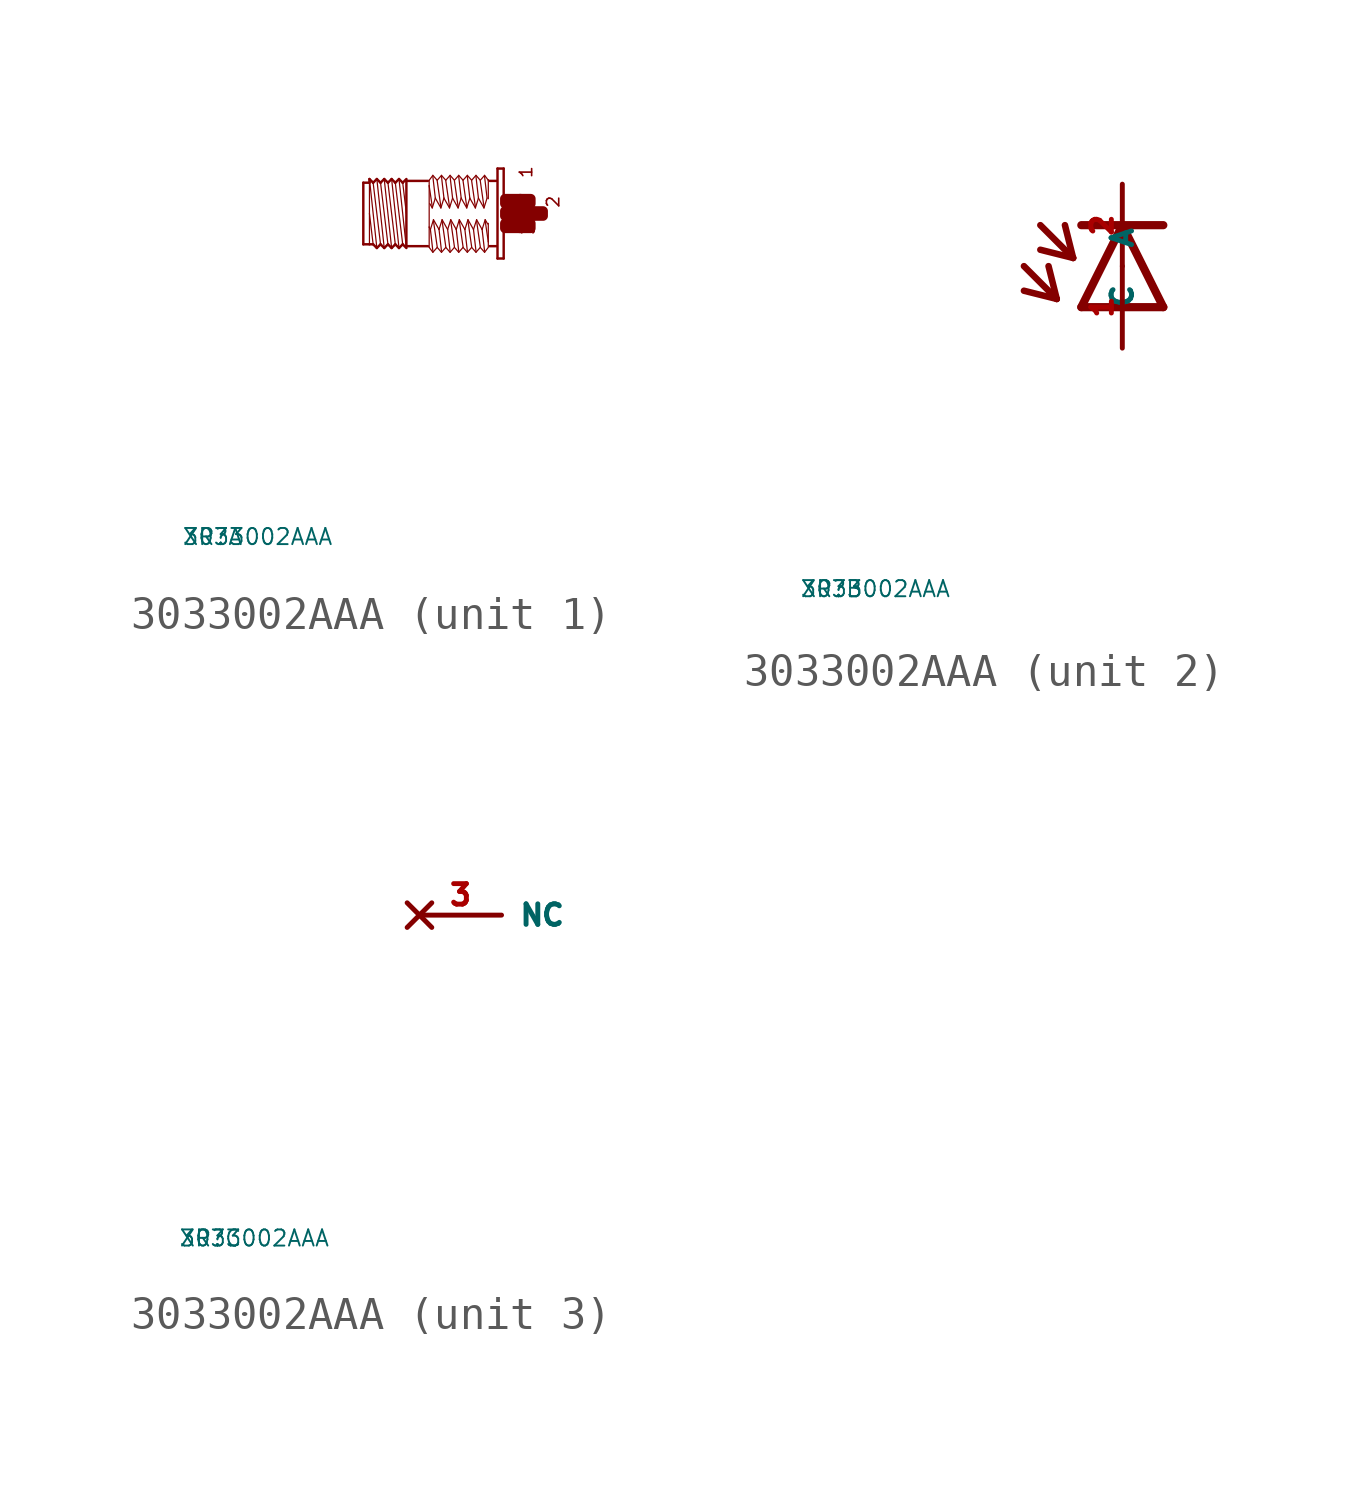
<source format=kicad_sym>
(kicad_symbol_lib
  (version 20220914)
  (generator Eagle2Kicad)
  (symbol "3033002AAA"
    (property "Reference" "XR"
      (at -10 -10 0)
      (effects (font (size 0.5 0.5) (thickness 0.06)) (justify left)))
    (property "Value" "3033002AAA"
      (at -10 -10 0)
      (effects (font (size 0.5 0.5) (thickness 0.06)) (justify left)))
    (symbol "3033002AAA_1_0"
      (polyline (pts (xy -3.048 -1.067) (xy -3.277 1.067)) (stroke (width 0.038) (type default)) (fill (type none)))
      (polyline (pts (xy -3.162 0.953) (xy -3.048 0)) (stroke (width 0.038) (type default)) (fill (type none)))
      (polyline (pts (xy -3.162 -0.953) (xy -3.391 0.953)) (stroke (width 0.038) (type default)) (fill (type none)))
      (polyline (pts (xy -3.277 -1.067) (xy -3.505 1.067)) (stroke (width 0.038) (type default)) (fill (type none)))
      (polyline (pts (xy -3.391 -0.953) (xy -3.619 0.953)) (stroke (width 0.038) (type default)) (fill (type none)))
      (polyline (pts (xy -3.505 -1.067) (xy -3.734 1.067)) (stroke (width 0.038) (type default)) (fill (type none)))
      (polyline (pts (xy -3.619 -0.953) (xy -3.848 0.953)) (stroke (width 0.038) (type default)) (fill (type none)))
      (polyline (pts (xy -3.734 -1.067) (xy -3.962 1.067)) (stroke (width 0.038) (type default)) (fill (type none)))
      (polyline (pts (xy -3.848 -0.953) (xy -4.077 0.953)) (stroke (width 0.038) (type default)) (fill (type none)))
      (polyline (pts (xy -3.962 -1.067) (xy -4.191 1.067)) (stroke (width 0.038) (type default)) (fill (type none)))
      (polyline (pts (xy -4.191 0) (xy -4.077 -0.953)) (stroke (width 0.038) (type default)) (fill (type none)))
      (polyline (pts (xy -4.191 1.029) (xy -4.191 0.953)) (stroke (width 0.038) (type default)) (fill (type none)))
      (polyline (pts (xy -4.191 0.953) (xy -4.191 -0.953)) (stroke (width 0.038) (type default)) (fill (type none)))
      (polyline (pts (xy -4.381 -0.953) (xy -4.381 0.953)) (stroke (width 0.076) (type default)) (fill (type none)))
      (polyline (pts (xy -4.381 0.953) (xy -4.191 0.953)) (stroke (width 0.076) (type default)) (fill (type none)))
      (polyline (pts (xy -4.191 0.953) (xy -4.191 1.067)) (stroke (width 0.076) (type default)) (fill (type none)))
      (polyline (pts (xy -4.191 1.067) (xy -4.077 0.953)) (stroke (width 0.076) (type default)) (fill (type none)))
      (polyline (pts (xy -4.077 0.953) (xy -3.962 1.067)) (stroke (width 0.076) (type default)) (fill (type none)))
      (polyline (pts (xy -3.962 1.067) (xy -3.848 0.953)) (stroke (width 0.076) (type default)) (fill (type none)))
      (polyline (pts (xy -3.848 0.953) (xy -3.734 1.067)) (stroke (width 0.076) (type default)) (fill (type none)))
      (polyline (pts (xy -3.734 1.067) (xy -3.619 0.953)) (stroke (width 0.076) (type default)) (fill (type none)))
      (polyline (pts (xy -3.619 0.953) (xy -3.505 1.067)) (stroke (width 0.076) (type default)) (fill (type none)))
      (polyline (pts (xy -3.277 1.067) (xy -3.162 0.953)) (stroke (width 0.076) (type default)) (fill (type none)))
      (polyline (pts (xy -3.162 0.953) (xy -3.048 1.067)) (stroke (width 0.076) (type default)) (fill (type none)))
      (polyline (pts (xy -3.048 -1.067) (xy -3.162 -0.953)) (stroke (width 0.076) (type default)) (fill (type none)))
      (polyline (pts (xy -3.162 -0.953) (xy -3.277 -1.067)) (stroke (width 0.076) (type default)) (fill (type none)))
      (polyline (pts (xy -3.277 -1.067) (xy -3.391 -0.953)) (stroke (width 0.076) (type default)) (fill (type none)))
      (polyline (pts (xy -3.391 -0.953) (xy -3.505 -1.067)) (stroke (width 0.076) (type default)) (fill (type none)))
      (polyline (pts (xy -3.505 -1.067) (xy -3.619 -0.953)) (stroke (width 0.076) (type default)) (fill (type none)))
      (polyline (pts (xy -3.619 -0.953) (xy -3.734 -1.067)) (stroke (width 0.076) (type default)) (fill (type none)))
      (polyline (pts (xy -3.734 -1.067) (xy -3.848 -0.953)) (stroke (width 0.076) (type default)) (fill (type none)))
      (polyline (pts (xy -3.848 -0.953) (xy -3.962 -1.067)) (stroke (width 0.076) (type default)) (fill (type none)))
      (polyline (pts (xy -3.962 -1.067) (xy -4.077 -0.953)) (stroke (width 0.076) (type default)) (fill (type none)))
      (polyline (pts (xy -4.077 -0.953) (xy -4.191 -0.953)) (stroke (width 0.076) (type default)) (fill (type none)))
      (polyline (pts (xy -4.191 -0.953) (xy -4.381 -0.953)) (stroke (width 0.076) (type default)) (fill (type none)))
      (polyline (pts (xy -3.048 1.029) (xy -3.048 1.01)) (stroke (width 0.076) (type default)) (fill (type none)))
      (polyline (pts (xy -3.048 1.01) (xy -3.048 -1.01)) (stroke (width 0.076) (type default)) (fill (type none)))
      (polyline (pts (xy -3.048 -1.01) (xy -3.048 -1.029)) (stroke (width 0.076) (type default)) (fill (type none)))
      (polyline (pts (xy -0.038 1.391) (xy -0.038 -1.391)) (stroke (width 0.076) (type default)) (fill (type none)))
      (polyline (pts (xy -0.038 -1.391) (xy -0.229 -1.391)) (stroke (width 0.076) (type default)) (fill (type none)))
      (polyline (pts (xy -0.229 -1.391) (xy -0.229 1.391)) (stroke (width 0.076) (type default)) (fill (type none)))
      (polyline (pts (xy -0.229 1.391) (xy -0.038 1.391)) (stroke (width 0.076) (type default)) (fill (type none)))
      (polyline (pts (xy -0.267 1.01) (xy -0.476 1.01)) (stroke (width 0.076) (type default)) (fill (type none)))
      (polyline (pts (xy -0.267 -1.01) (xy -0.476 -1.01)) (stroke (width 0.076) (type default)) (fill (type none)))
      (polyline (pts (xy -2.381 -1.01) (xy -3.048 -1.01)) (stroke (width 0.076) (type default)) (fill (type none)))
      (polyline (pts (xy -3.048 1.01) (xy -2.381 1.01)) (stroke (width 0.076) (type default)) (fill (type none)))
      (polyline (pts (xy -0.514 -1.048) (xy -0.629 -1.2)) (stroke (width 0.038) (type default)) (fill (type none)))
      (polyline (pts (xy -0.629 -1.2) (xy -0.762 -1.048)) (stroke (width 0.038) (type default)) (fill (type none)))
      (polyline (pts (xy -0.762 -1.048) (xy -0.895 -1.2)) (stroke (width 0.038) (type default)) (fill (type none)))
      (polyline (pts (xy -0.895 -1.2) (xy -1.029 -1.048)) (stroke (width 0.038) (type default)) (fill (type none)))
      (polyline (pts (xy -1.029 -1.048) (xy -1.162 -1.2)) (stroke (width 0.038) (type default)) (fill (type none)))
      (polyline (pts (xy -1.162 -1.2) (xy -1.295 -1.048)) (stroke (width 0.038) (type default)) (fill (type none)))
      (polyline (pts (xy -1.295 -1.048) (xy -1.429 -1.2)) (stroke (width 0.038) (type default)) (fill (type none)))
      (polyline (pts (xy -1.429 -1.2) (xy -1.562 -1.048)) (stroke (width 0.038) (type default)) (fill (type none)))
      (polyline (pts (xy -1.562 -1.048) (xy -1.696 -1.2)) (stroke (width 0.038) (type default)) (fill (type none)))
      (polyline (pts (xy -1.696 -1.2) (xy -1.829 -1.048)) (stroke (width 0.038) (type default)) (fill (type none)))
      (polyline (pts (xy -1.829 -1.048) (xy -1.962 -1.2)) (stroke (width 0.038) (type default)) (fill (type none)))
      (polyline (pts (xy -1.962 -1.2) (xy -2.095 -1.048)) (stroke (width 0.038) (type default)) (fill (type none)))
      (polyline (pts (xy -2.095 -1.048) (xy -2.229 -1.2)) (stroke (width 0.038) (type default)) (fill (type none)))
      (polyline (pts (xy -2.229 -1.2) (xy -2.343 -1.048)) (stroke (width 0.038) (type default)) (fill (type none)))
      (polyline (pts (xy -2.343 -1.048) (xy -2.343 -0.419)) (stroke (width 0.038) (type default)) (fill (type none)))
      (polyline (pts (xy -2.343 -0.419) (xy -2.343 0.857)) (stroke (width 0.038) (type default)) (fill (type none)))
      (polyline (pts (xy -2.343 0.857) (xy -2.343 1.029)) (stroke (width 0.038) (type default)) (fill (type none)))
      (polyline (pts (xy -0.514 1.048) (xy -0.514 1.029)) (stroke (width 0.038) (type default)) (fill (type none)))
      (polyline (pts (xy -0.514 1.029) (xy -0.514 0.457)) (stroke (width 0.038) (type default)) (fill (type none)))
      (polyline (pts (xy -0.514 -0.305) (xy -0.514 -0.876)) (stroke (width 0.038) (type default)) (fill (type none)))
      (polyline (pts (xy -0.514 -0.876) (xy -0.514 -1.029)) (stroke (width 0.038) (type default)) (fill (type none)))
      (polyline (pts (xy -0.533 -0.324) (xy -0.61 -0.191)) (stroke (width 0.038) (type default)) (fill (type none)))
      (polyline (pts (xy -0.61 -0.191) (xy -0.705 -0.495)) (stroke (width 0.038) (type default)) (fill (type none)))
      (polyline (pts (xy -0.705 -0.495) (xy -0.876 -0.191)) (stroke (width 0.038) (type default)) (fill (type none)))
      (polyline (pts (xy -0.876 -0.191) (xy -0.972 -0.495)) (stroke (width 0.038) (type default)) (fill (type none)))
      (polyline (pts (xy -0.972 -0.495) (xy -1.143 -0.191)) (stroke (width 0.038) (type default)) (fill (type none)))
      (polyline (pts (xy -1.143 -0.191) (xy -1.238 -0.495)) (stroke (width 0.038) (type default)) (fill (type none)))
      (polyline (pts (xy -1.238 -0.495) (xy -1.41 -0.191)) (stroke (width 0.038) (type default)) (fill (type none)))
      (polyline (pts (xy -1.41 -0.191) (xy -1.505 -0.495)) (stroke (width 0.038) (type default)) (fill (type none)))
      (polyline (pts (xy -1.505 -0.495) (xy -1.676 -0.191)) (stroke (width 0.038) (type default)) (fill (type none)))
      (polyline (pts (xy -1.676 -0.191) (xy -1.772 -0.495)) (stroke (width 0.038) (type default)) (fill (type none)))
      (polyline (pts (xy -1.772 -0.495) (xy -1.943 -0.191)) (stroke (width 0.038) (type default)) (fill (type none)))
      (polyline (pts (xy -1.943 -0.191) (xy -2.038 -0.495)) (stroke (width 0.038) (type default)) (fill (type none)))
      (polyline (pts (xy -2.038 -0.495) (xy -2.21 -0.191)) (stroke (width 0.038) (type default)) (fill (type none)))
      (polyline (pts (xy -2.21 -0.191) (xy -2.305 -0.495)) (stroke (width 0.038) (type default)) (fill (type none)))
      (polyline (pts (xy -2.305 -0.495) (xy -2.343 -0.419)) (stroke (width 0.038) (type default)) (fill (type none)))
      (polyline (pts (xy -2.229 -1.162) (xy -2.305 -0.495)) (stroke (width 0.038) (type default)) (fill (type none)))
      (polyline (pts (xy -2.095 -1.029) (xy -2.21 -0.229)) (stroke (width 0.038) (type default)) (fill (type none)))
      (polyline (pts (xy -1.962 -1.162) (xy -2.038 -0.495)) (stroke (width 0.038) (type default)) (fill (type none)))
      (polyline (pts (xy -1.829 -1.029) (xy -1.943 -0.229)) (stroke (width 0.038) (type default)) (fill (type none)))
      (polyline (pts (xy -1.562 -1.029) (xy -1.676 -0.229)) (stroke (width 0.038) (type default)) (fill (type none)))
      (polyline (pts (xy -1.429 -1.162) (xy -1.505 -0.495)) (stroke (width 0.038) (type default)) (fill (type none)))
      (polyline (pts (xy -1.295 -1.029) (xy -1.41 -0.229)) (stroke (width 0.038) (type default)) (fill (type none)))
      (polyline (pts (xy -1.162 -1.162) (xy -1.238 -0.495)) (stroke (width 0.038) (type default)) (fill (type none)))
      (polyline (pts (xy -1.029 -1.029) (xy -1.143 -0.229)) (stroke (width 0.038) (type default)) (fill (type none)))
      (polyline (pts (xy -0.895 -1.162) (xy -0.972 -0.495)) (stroke (width 0.038) (type default)) (fill (type none)))
      (polyline (pts (xy -0.762 -1.029) (xy -0.876 -0.229)) (stroke (width 0.038) (type default)) (fill (type none)))
      (polyline (pts (xy -0.629 -1.162) (xy -0.705 -0.495)) (stroke (width 0.038) (type default)) (fill (type none)))
      (polyline (pts (xy -0.514 -0.876) (xy -0.61 -0.229)) (stroke (width 0.038) (type default)) (fill (type none)))
      (polyline (pts (xy -2.343 1.029) (xy -2.229 1.181)) (stroke (width 0.038) (type default)) (fill (type none)))
      (polyline (pts (xy -2.229 1.181) (xy -2.095 1.029)) (stroke (width 0.038) (type default)) (fill (type none)))
      (polyline (pts (xy -2.095 1.029) (xy -1.962 1.181)) (stroke (width 0.038) (type default)) (fill (type none)))
      (polyline (pts (xy -1.962 1.181) (xy -1.829 1.029)) (stroke (width 0.038) (type default)) (fill (type none)))
      (polyline (pts (xy -1.829 1.029) (xy -1.696 1.181)) (stroke (width 0.038) (type default)) (fill (type none)))
      (polyline (pts (xy -1.696 1.181) (xy -1.562 1.029)) (stroke (width 0.038) (type default)) (fill (type none)))
      (polyline (pts (xy -1.562 1.029) (xy -1.429 1.181)) (stroke (width 0.038) (type default)) (fill (type none)))
      (polyline (pts (xy -1.429 1.181) (xy -1.295 1.029)) (stroke (width 0.038) (type default)) (fill (type none)))
      (polyline (pts (xy -1.295 1.029) (xy -1.162 1.181)) (stroke (width 0.038) (type default)) (fill (type none)))
      (polyline (pts (xy -1.162 1.181) (xy -1.029 1.029)) (stroke (width 0.038) (type default)) (fill (type none)))
      (polyline (pts (xy -1.029 1.029) (xy -0.895 1.181)) (stroke (width 0.038) (type default)) (fill (type none)))
      (polyline (pts (xy -0.895 1.181) (xy -0.762 1.029)) (stroke (width 0.038) (type default)) (fill (type none)))
      (polyline (pts (xy -0.762 1.029) (xy -0.629 1.181)) (stroke (width 0.038) (type default)) (fill (type none)))
      (polyline (pts (xy -0.629 1.181) (xy -0.514 1.029)) (stroke (width 0.038) (type default)) (fill (type none)))
      (polyline (pts (xy -2.324 0.305) (xy -2.248 0.172)) (stroke (width 0.038) (type default)) (fill (type none)))
      (polyline (pts (xy -2.248 0.172) (xy -2.153 0.476)) (stroke (width 0.038) (type default)) (fill (type none)))
      (polyline (pts (xy -2.153 0.476) (xy -1.981 0.172)) (stroke (width 0.038) (type default)) (fill (type none)))
      (polyline (pts (xy -1.981 0.172) (xy -1.886 0.476)) (stroke (width 0.038) (type default)) (fill (type none)))
      (polyline (pts (xy -1.886 0.476) (xy -1.714 0.172)) (stroke (width 0.038) (type default)) (fill (type none)))
      (polyline (pts (xy -1.714 0.172) (xy -1.619 0.476)) (stroke (width 0.038) (type default)) (fill (type none)))
      (polyline (pts (xy -1.619 0.476) (xy -1.448 0.172)) (stroke (width 0.038) (type default)) (fill (type none)))
      (polyline (pts (xy -1.448 0.172) (xy -1.353 0.476)) (stroke (width 0.038) (type default)) (fill (type none)))
      (polyline (pts (xy -1.353 0.476) (xy -1.181 0.172)) (stroke (width 0.038) (type default)) (fill (type none)))
      (polyline (pts (xy -1.181 0.172) (xy -1.086 0.476)) (stroke (width 0.038) (type default)) (fill (type none)))
      (polyline (pts (xy -1.086 0.476) (xy -0.914 0.172)) (stroke (width 0.038) (type default)) (fill (type none)))
      (polyline (pts (xy -0.914 0.172) (xy -0.819 0.476)) (stroke (width 0.038) (type default)) (fill (type none)))
      (polyline (pts (xy -0.819 0.476) (xy -0.648 0.172)) (stroke (width 0.038) (type default)) (fill (type none)))
      (polyline (pts (xy -0.648 0.172) (xy -0.552 0.476)) (stroke (width 0.038) (type default)) (fill (type none)))
      (polyline (pts (xy -0.629 1.143) (xy -0.552 0.476)) (stroke (width 0.038) (type default)) (fill (type none)))
      (polyline (pts (xy -0.762 1.01) (xy -0.648 0.21)) (stroke (width 0.038) (type default)) (fill (type none)))
      (polyline (pts (xy -0.895 1.143) (xy -0.819 0.476)) (stroke (width 0.038) (type default)) (fill (type none)))
      (polyline (pts (xy -1.029 1.01) (xy -0.914 0.21)) (stroke (width 0.038) (type default)) (fill (type none)))
      (polyline (pts (xy -1.162 1.143) (xy -1.086 0.476)) (stroke (width 0.038) (type default)) (fill (type none)))
      (polyline (pts (xy -1.295 1.01) (xy -1.181 0.21)) (stroke (width 0.038) (type default)) (fill (type none)))
      (polyline (pts (xy -1.429 1.143) (xy -1.353 0.476)) (stroke (width 0.038) (type default)) (fill (type none)))
      (polyline (pts (xy -1.562 1.01) (xy -1.448 0.21)) (stroke (width 0.038) (type default)) (fill (type none)))
      (polyline (pts (xy -1.696 1.143) (xy -1.619 0.476)) (stroke (width 0.038) (type default)) (fill (type none)))
      (polyline (pts (xy -1.829 1.01) (xy -1.714 0.21)) (stroke (width 0.038) (type default)) (fill (type none)))
      (polyline (pts (xy -1.962 1.143) (xy -1.886 0.476)) (stroke (width 0.038) (type default)) (fill (type none)))
      (polyline (pts (xy -2.095 1.01) (xy -1.981 0.21)) (stroke (width 0.038) (type default)) (fill (type none)))
      (polyline (pts (xy -2.229 1.143) (xy -2.153 0.476)) (stroke (width 0.038) (type default)) (fill (type none)))
      (polyline (pts (xy -2.343 0.857) (xy -2.248 0.21)) (stroke (width 0.038) (type default)) (fill (type none)))
      (polyline (pts (xy -1.696 -1.162) (xy -1.772 -0.495)) (stroke (width 0.038) (type default)) (fill (type none)))
      (polyline (pts (xy -3.277 1.067) (xy -3.391 0.953)) (stroke (width 0.076) (type default)) (fill (type none)))
      (polyline (pts (xy -3.391 0.953) (xy -3.505 1.067)) (stroke (width 0.076) (type default)) (fill (type none)))
      (text "1" (at 0.876 1.067 1800) (effects (font (size 0.381 0.381) (thickness 0.05)) (justify left bottom)))
      (text "3" (at 0.953 -0.686 1800) (effects (font (size 0.381 0.381) (thickness 0.05)) (justify left bottom)))
      (text "2" (at 1.714 0.152 1800) (effects (font (size 0.381 0.381) (thickness 0.05)) (justify left bottom)))
      (rectangle (start 0 -0.457) (end 0.495 -0.305) (stroke (width 0.3) (type default)) (fill (type outline)))
      (rectangle (start 0 -0.076) (end 0.876 0.076) (stroke (width 0.3) (type default)) (fill (type outline)))
      (rectangle (start 0.457 -0.457) (end 0.8 -0.305) (stroke (width 0.3) (type default)) (fill (type outline)))
      (rectangle (start 0.838 -0.076) (end 1.181 0.076) (stroke (width 0.3) (type default)) (fill (type outline)))
      (rectangle (start 0.457 0.305) (end 0.8 0.457) (stroke (width 0.3) (type default)) (fill (type outline)))
      (rectangle (start 0 0.305) (end 0.495 0.457) (stroke (width 0.3) (type default)) (fill (type outline))))
    (symbol "3033002AAA_2_0"
      (polyline (pts (xy 1.27 -1.27) (xy 0 1.27)) (stroke (width 0.254) (type default)) (fill (type none)))
      (polyline (pts (xy 0 1.27) (xy -1.27 -1.27)) (stroke (width 0.254) (type default)) (fill (type none)))
      (polyline (pts (xy -1.27 1.27) (xy 0 1.27)) (stroke (width 0.254) (type default)) (fill (type none)))
      (polyline (pts (xy -1.27 -1.27) (xy 1.27 -1.27)) (stroke (width 0.254) (type default)) (fill (type none)))
      (polyline (pts (xy 0 1.27) (xy 1.27 1.27)) (stroke (width 0.254) (type default)) (fill (type none)))
      (polyline (pts (xy -3.048 0) (xy -2.032 -1.016)) (stroke (width 0.203) (type default)) (fill (type none)))
      (polyline (pts (xy -2.032 -1.016) (xy -2.286 0)) (stroke (width 0.203) (type default)) (fill (type none)))
      (polyline (pts (xy -2.032 -1.016) (xy -3.048 -0.762)) (stroke (width 0.203) (type default)) (fill (type none)))
      (polyline (pts (xy -2.54 1.27) (xy -1.524 0.254)) (stroke (width 0.203) (type default)) (fill (type none)))
      (polyline (pts (xy -1.524 0.254) (xy -1.778 1.27)) (stroke (width 0.203) (type default)) (fill (type none)))
      (polyline (pts (xy -1.524 0.254) (xy -2.54 0.508)) (stroke (width 0.203) (type default)) (fill (type none)))
      (pin passive line (at 0 -2.54 90) (length 2.54) (name "A" (effects (font (size 0.635 0.635) (thickness 0.08)) (justify left bottom))) (number "1" (effects (font (size 0.635 0.635) (thickness 0.08)) (justify left bottom))))
      (pin passive line (at 0 2.54 270) (length 2.54) (name "C" (effects (font (size 0.635 0.635) (thickness 0.08)) (justify left bottom))) (number "2" (effects (font (size 0.635 0.635) (thickness 0.08)) (justify left bottom)))))
    (symbol "3033002AAA_3_0"
      (pin no_connect line (at -2.54 0 0) (length 2.54) (name "NC" (effects (font (size 0.635 0.635) (thickness 0.08)) (justify left bottom) hide)) (number "3" (effects (font (size 0.635 0.635) (thickness 0.08)) (justify left bottom) hide))))))
</source>
